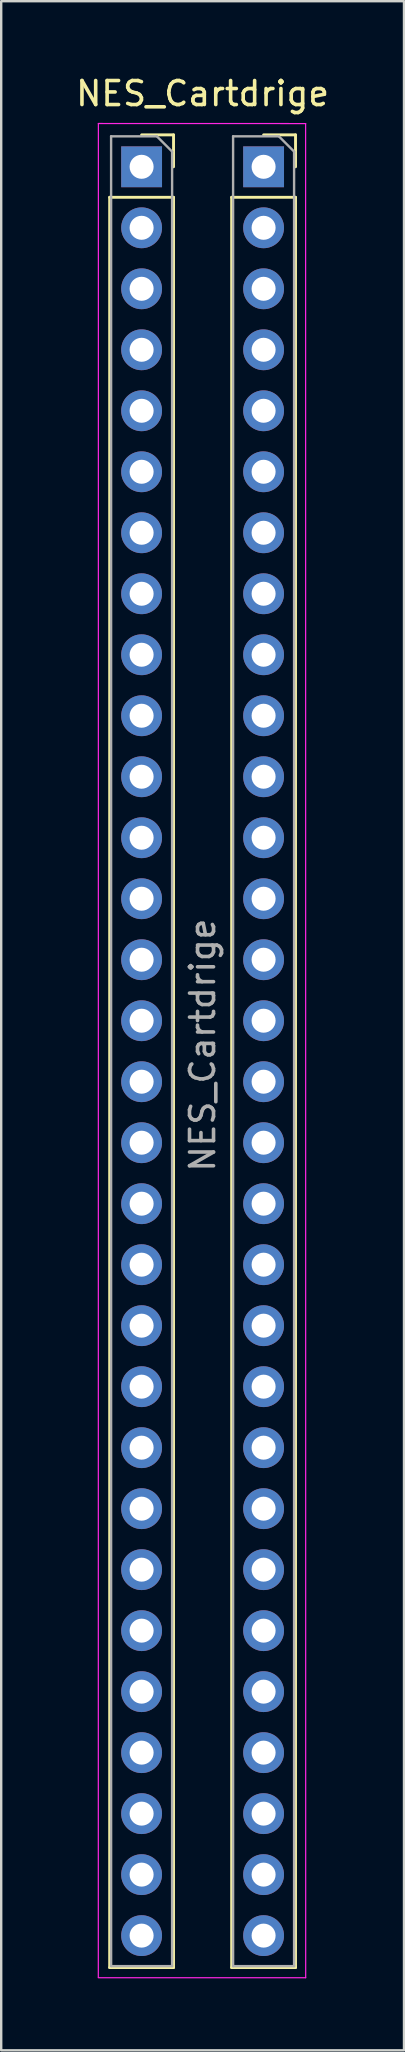
<source format=kicad_pcb>
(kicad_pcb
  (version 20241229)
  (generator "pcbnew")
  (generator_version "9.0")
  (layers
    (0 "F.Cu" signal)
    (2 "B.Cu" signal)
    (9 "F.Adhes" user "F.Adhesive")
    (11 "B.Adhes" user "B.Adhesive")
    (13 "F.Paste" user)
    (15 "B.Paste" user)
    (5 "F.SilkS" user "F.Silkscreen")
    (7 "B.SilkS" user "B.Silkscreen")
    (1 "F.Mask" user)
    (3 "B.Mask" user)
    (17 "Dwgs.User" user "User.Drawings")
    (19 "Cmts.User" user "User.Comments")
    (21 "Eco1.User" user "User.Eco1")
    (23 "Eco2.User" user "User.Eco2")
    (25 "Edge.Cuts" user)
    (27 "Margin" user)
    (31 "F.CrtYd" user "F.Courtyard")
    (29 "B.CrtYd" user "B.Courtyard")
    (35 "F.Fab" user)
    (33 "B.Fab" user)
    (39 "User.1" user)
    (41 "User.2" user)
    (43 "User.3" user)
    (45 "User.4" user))
  (footprint "NES_Cartdrige"
    (layer "F.Cu")
    (at 5.387 40.726)
    (property "Reference" "NES_Cartdrige" (at 0 -39.878 0) (unlocked yes) (layer "F.SilkS") (effects (font (size 1 1) (thickness 0.15))))
    (fp_line (start -3.87 -35.56) (end -3.87 38.16) (stroke (width 0.12) (type solid)) (layer "F.SilkS"))
    (fp_line (start -3.87 -35.56) (end -1.21 -35.56) (stroke (width 0.12) (type solid)) (layer "F.SilkS"))
    (fp_line (start -3.87 38.16) (end -1.21 38.16) (stroke (width 0.12) (type solid)) (layer "F.SilkS"))
    (fp_line (start -2.54 -38.16) (end -1.21 -38.16) (stroke (width 0.12) (type solid)) (layer "F.SilkS"))
    (fp_line (start -1.21 -38.16) (end -1.21 -36.83) (stroke (width 0.12) (type solid)) (layer "F.SilkS"))
    (fp_line (start -1.21 -35.56) (end -1.21 38.16) (stroke (width 0.12) (type solid)) (layer "F.SilkS"))
    (fp_line (start 1.21 -35.56) (end 1.21 38.16) (stroke (width 0.12) (type solid)) (layer "F.SilkS"))
    (fp_line (start 1.21 -35.56) (end 3.87 -35.56) (stroke (width 0.12) (type solid)) (layer "F.SilkS"))
    (fp_line (start 1.21 38.16) (end 3.87 38.16) (stroke (width 0.12) (type solid)) (layer "F.SilkS"))
    (fp_line (start 2.54 -38.16) (end 3.87 -38.16) (stroke (width 0.12) (type solid)) (layer "F.SilkS"))
    (fp_line (start 3.87 -38.16) (end 3.87 -36.83) (stroke (width 0.12) (type solid)) (layer "F.SilkS"))
    (fp_line (start 3.87 -35.56) (end 3.87 38.16) (stroke (width 0.12) (type solid)) (layer "F.SilkS"))
    (fp_line (start -4.343 -38.633) (end 4.293 -38.63) (stroke (width 0.05) (type solid)) (layer "F.CrtYd"))
    (fp_line (start -4.343 38.57) (end -4.34 -38.63) (stroke (width 0.05) (type solid)) (layer "F.CrtYd"))
    (fp_line (start 4.29 -38.63) (end 4.293 38.583) (stroke (width 0.05) (type solid)) (layer "F.CrtYd"))
    (fp_line (start 4.293 38.583) (end -4.343 38.583) (stroke (width 0.05) (type solid)) (layer "F.CrtYd"))
    (fp_line (start -3.81 -38.1) (end -1.905 -38.1) (stroke (width 0.1) (type solid)) (layer "F.Fab"))
    (fp_line (start -3.81 38.1) (end -3.81 -38.1) (stroke (width 0.1) (type solid)) (layer "F.Fab"))
    (fp_line (start -1.905 -38.1) (end -1.27 -37.465) (stroke (width 0.1) (type solid)) (layer "F.Fab"))
    (fp_line (start -1.27 -37.465) (end -1.27 38.1) (stroke (width 0.1) (type solid)) (layer "F.Fab"))
    (fp_line (start -1.27 38.1) (end -3.81 38.1) (stroke (width 0.1) (type solid)) (layer "F.Fab"))
    (fp_line (start 1.27 -38.1) (end 3.175 -38.1) (stroke (width 0.1) (type solid)) (layer "F.Fab"))
    (fp_line (start 1.27 38.1) (end 1.27 -38.1) (stroke (width 0.1) (type solid)) (layer "F.Fab"))
    (fp_line (start 3.175 -38.1) (end 3.81 -37.465) (stroke (width 0.1) (type solid)) (layer "F.Fab"))
    (fp_line (start 3.81 -37.465) (end 3.81 38.1) (stroke (width 0.1) (type solid)) (layer "F.Fab"))
    (fp_line (start 3.81 38.1) (end 1.27 38.1) (stroke (width 0.1) (type solid)) (layer "F.Fab"))
    (fp_text user "${REFERENCE}" (at 0 -0.254 90) (unlocked yes) (layer "F.Fab") (effects (font (size 1 1) (thickness 0.15))))
    (pad "1" thru_hole rect (at -2.54 -36.83) (size 1.7 1.7) (drill 1) (layers "*.Cu" "*.Mask"))
    (pad "2" thru_hole rect (at 2.54 -36.83) (size 1.7 1.7) (drill 1) (layers "*.Cu" "*.Mask"))
    (pad "3" thru_hole oval (at -2.54 -34.29) (size 1.7 1.7) (drill 1) (layers "*.Cu" "*.Mask"))
    (pad "4" thru_hole oval (at 2.54 -34.29) (size 1.7 1.7) (drill 1) (layers "*.Cu" "*.Mask"))
    (pad "5" thru_hole oval (at -2.54 -31.75) (size 1.7 1.7) (drill 1) (layers "*.Cu" "*.Mask"))
    (pad "6" thru_hole oval (at 2.54 -31.75) (size 1.7 1.7) (drill 1) (layers "*.Cu" "*.Mask"))
    (pad "7" thru_hole oval (at -2.54 -29.21) (size 1.7 1.7) (drill 1) (layers "*.Cu" "*.Mask"))
    (pad "8" thru_hole oval (at 2.54 -29.21) (size 1.7 1.7) (drill 1) (layers "*.Cu" "*.Mask"))
    (pad "9" thru_hole oval (at -2.54 -26.67) (size 1.7 1.7) (drill 1) (layers "*.Cu" "*.Mask"))
    (pad "10" thru_hole oval (at 2.54 -26.67) (size 1.7 1.7) (drill 1) (layers "*.Cu" "*.Mask"))
    (pad "11" thru_hole oval (at -2.54 -24.13) (size 1.7 1.7) (drill 1) (layers "*.Cu" "*.Mask"))
    (pad "12" thru_hole oval (at 2.54 -24.13) (size 1.7 1.7) (drill 1) (layers "*.Cu" "*.Mask"))
    (pad "13" thru_hole oval (at -2.54 -21.59) (size 1.7 1.7) (drill 1) (layers "*.Cu" "*.Mask"))
    (pad "14" thru_hole oval (at 2.54 -21.59) (size 1.7 1.7) (drill 1) (layers "*.Cu" "*.Mask"))
    (pad "15" thru_hole oval (at -2.54 -19.05) (size 1.7 1.7) (drill 1) (layers "*.Cu" "*.Mask"))
    (pad "16" thru_hole oval (at 2.54 -19.05) (size 1.7 1.7) (drill 1) (layers "*.Cu" "*.Mask"))
    (pad "17" thru_hole oval (at -2.54 -16.51) (size 1.7 1.7) (drill 1) (layers "*.Cu" "*.Mask"))
    (pad "18" thru_hole oval (at 2.54 -16.51) (size 1.7 1.7) (drill 1) (layers "*.Cu" "*.Mask"))
    (pad "19" thru_hole oval (at -2.54 -13.97) (size 1.7 1.7) (drill 1) (layers "*.Cu" "*.Mask"))
    (pad "20" thru_hole oval (at 2.54 -13.97) (size 1.7 1.7) (drill 1) (layers "*.Cu" "*.Mask"))
    (pad "21" thru_hole oval (at -2.54 -11.43) (size 1.7 1.7) (drill 1) (layers "*.Cu" "*.Mask"))
    (pad "22" thru_hole oval (at 2.54 -11.43) (size 1.7 1.7) (drill 1) (layers "*.Cu" "*.Mask"))
    (pad "23" thru_hole oval (at -2.54 -8.89) (size 1.7 1.7) (drill 1) (layers "*.Cu" "*.Mask"))
    (pad "24" thru_hole oval (at 2.54 -8.89) (size 1.7 1.7) (drill 1) (layers "*.Cu" "*.Mask"))
    (pad "25" thru_hole oval (at -2.54 -6.35) (size 1.7 1.7) (drill 1) (layers "*.Cu" "*.Mask"))
    (pad "26" thru_hole oval (at 2.54 -6.35) (size 1.7 1.7) (drill 1) (layers "*.Cu" "*.Mask"))
    (pad "27" thru_hole oval (at -2.54 -3.81) (size 1.7 1.7) (drill 1) (layers "*.Cu" "*.Mask"))
    (pad "28" thru_hole oval (at 2.54 -3.81) (size 1.7 1.7) (drill 1) (layers "*.Cu" "*.Mask"))
    (pad "29" thru_hole oval (at -2.54 -1.27) (size 1.7 1.7) (drill 1) (layers "*.Cu" "*.Mask"))
    (pad "30" thru_hole oval (at 2.54 -1.27) (size 1.7 1.7) (drill 1) (layers "*.Cu" "*.Mask"))
    (pad "31" thru_hole oval (at -2.54 1.27) (size 1.7 1.7) (drill 1) (layers "*.Cu" "*.Mask"))
    (pad "32" thru_hole oval (at 2.54 1.27) (size 1.7 1.7) (drill 1) (layers "*.Cu" "*.Mask"))
    (pad "33" thru_hole oval (at -2.54 3.81) (size 1.7 1.7) (drill 1) (layers "*.Cu" "*.Mask"))
    (pad "34" thru_hole oval (at 2.54 3.81) (size 1.7 1.7) (drill 1) (layers "*.Cu" "*.Mask"))
    (pad "35" thru_hole oval (at -2.54 6.35) (size 1.7 1.7) (drill 1) (layers "*.Cu" "*.Mask"))
    (pad "36" thru_hole oval (at 2.54 6.35) (size 1.7 1.7) (drill 1) (layers "*.Cu" "*.Mask"))
    (pad "37" thru_hole oval (at -2.54 8.89) (size 1.7 1.7) (drill 1) (layers "*.Cu" "*.Mask"))
    (pad "38" thru_hole oval (at 2.54 8.89) (size 1.7 1.7) (drill 1) (layers "*.Cu" "*.Mask"))
    (pad "39" thru_hole oval (at -2.54 11.43) (size 1.7 1.7) (drill 1) (layers "*.Cu" "*.Mask"))
    (pad "40" thru_hole oval (at 2.54 11.43) (size 1.7 1.7) (drill 1) (layers "*.Cu" "*.Mask"))
    (pad "41" thru_hole oval (at -2.54 13.97) (size 1.7 1.7) (drill 1) (layers "*.Cu" "*.Mask"))
    (pad "42" thru_hole oval (at 2.54 13.97) (size 1.7 1.7) (drill 1) (layers "*.Cu" "*.Mask"))
    (pad "43" thru_hole oval (at -2.54 16.51) (size 1.7 1.7) (drill 1) (layers "*.Cu" "*.Mask"))
    (pad "44" thru_hole oval (at 2.54 16.51) (size 1.7 1.7) (drill 1) (layers "*.Cu" "*.Mask"))
    (pad "45" thru_hole oval (at -2.54 19.05) (size 1.7 1.7) (drill 1) (layers "*.Cu" "*.Mask"))
    (pad "46" thru_hole oval (at 2.54 19.05) (size 1.7 1.7) (drill 1) (layers "*.Cu" "*.Mask"))
    (pad "47" thru_hole oval (at -2.54 21.59) (size 1.7 1.7) (drill 1) (layers "*.Cu" "*.Mask"))
    (pad "48" thru_hole oval (at 2.54 21.59) (size 1.7 1.7) (drill 1) (layers "*.Cu" "*.Mask"))
    (pad "49" thru_hole oval (at -2.54 24.13) (size 1.7 1.7) (drill 1) (layers "*.Cu" "*.Mask"))
    (pad "50" thru_hole oval (at 2.54 24.13) (size 1.7 1.7) (drill 1) (layers "*.Cu" "*.Mask"))
    (pad "51" thru_hole oval (at -2.54 26.67) (size 1.7 1.7) (drill 1) (layers "*.Cu" "*.Mask"))
    (pad "52" thru_hole oval (at 2.54 26.67) (size 1.7 1.7) (drill 1) (layers "*.Cu" "*.Mask"))
    (pad "53" thru_hole oval (at -2.54 29.21) (size 1.7 1.7) (drill 1) (layers "*.Cu" "*.Mask"))
    (pad "54" thru_hole oval (at 2.54 29.21) (size 1.7 1.7) (drill 1) (layers "*.Cu" "*.Mask"))
    (pad "55" thru_hole oval (at -2.54 31.75) (size 1.7 1.7) (drill 1) (layers "*.Cu" "*.Mask"))
    (pad "56" thru_hole oval (at 2.54 31.75) (size 1.7 1.7) (drill 1) (layers "*.Cu" "*.Mask"))
    (pad "57" thru_hole oval (at -2.54 34.29) (size 1.7 1.7) (drill 1) (layers "*.Cu" "*.Mask"))
    (pad "58" thru_hole oval (at 2.54 34.29) (size 1.7 1.7) (drill 1) (layers "*.Cu" "*.Mask"))
    (pad "59" thru_hole oval (at -2.54 36.83) (size 1.7 1.7) (drill 1) (layers "*.Cu" "*.Mask"))
    (pad "60" thru_hole oval (at 2.54 36.83) (size 1.7 1.7) (drill 1) (layers "*.Cu" "*.Mask")))
  (gr_rect
    (start -3 -3)
    (end 13.774 82.334)
    (stroke (width 0.1) (type default))
    (fill no)
    (layer "Edge.Cuts")))
</source>
